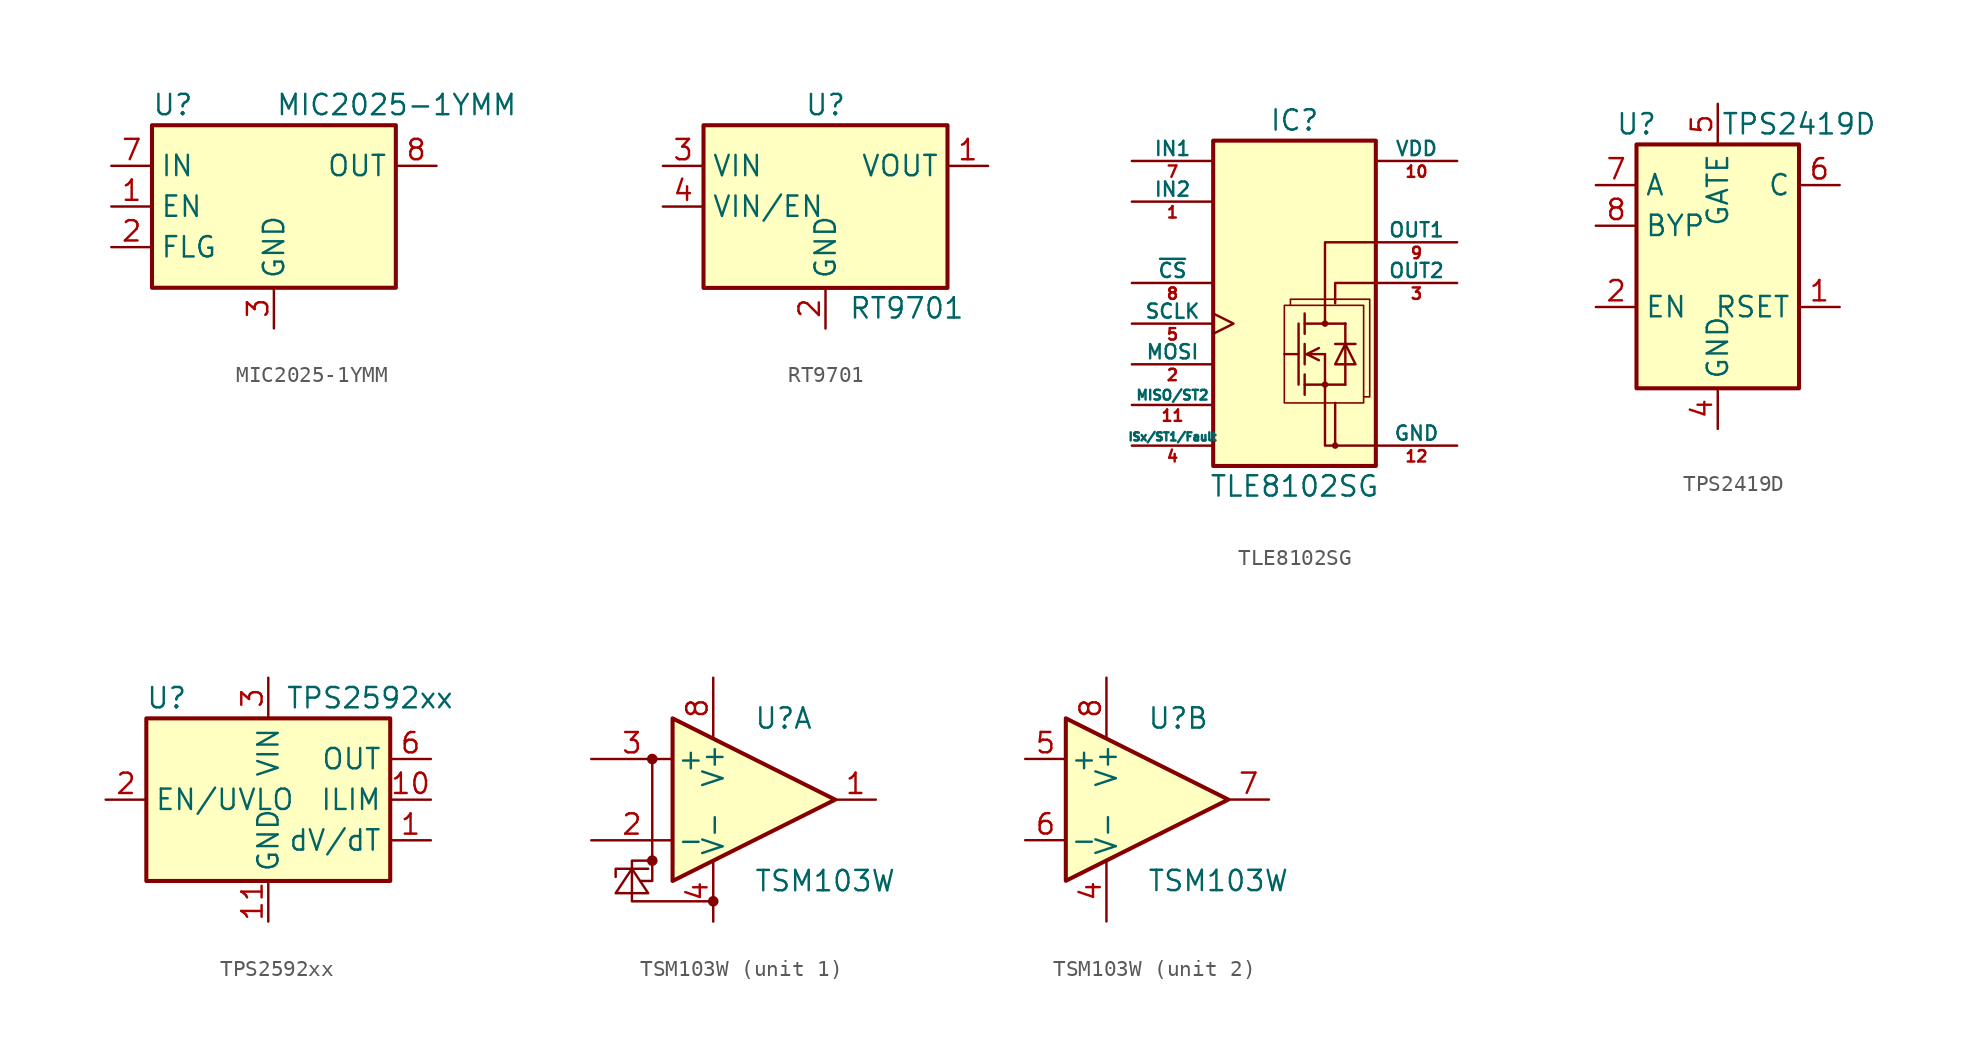
<source format=kicad_sym>
(kicad_symbol_lib
  (version 20231120)
  (generator "kicad_symbol_editor")
  (generator_version "8.0")
  (symbol "MIC2025-1YMM"
    (property "Reference" "U"
      (at -7.62 6.35 0)
      (effects (font (size 1.27 1.27)) (justify left)))
    (property "Value" "MIC2025-1YMM"
      (at 15.24 6.35 0)
      (effects (font (size 1.27 1.27)) (justify right)))
    (symbol "MIC2025-1YMM_0_1"
      (rectangle (start -7.62 5.08) (end 7.62 -5.08) (stroke (width 0.254) (type default)) (fill (type background))))
    (symbol "MIC2025-1YMM_1_1"
      (pin input line (at -10.16 0 0) (length 2.54) (name "EN" (effects (font (size 1.27 1.27)))) (number "1" (effects (font (size 1.27 1.27)))))
      (pin open_collector line (at -10.16 -2.54 0) (length 2.54) (name "FLG" (effects (font (size 1.27 1.27)))) (number "2" (effects (font (size 1.27 1.27)))))
      (pin power_in line (at 0 -7.62 90) (length 2.54) (name "GND" (effects (font (size 1.27 1.27)))) (number "3" (effects (font (size 1.27 1.27)))))
      (pin no_connect line (at 7.62 0 180) (length 2.54) hide (name "NC" (effects (font (size 1.27 1.27)))) (number "4" (effects (font (size 1.27 1.27)))))
      (pin no_connect line (at 7.62 -2.54 180) (length 2.54) hide (name "NC" (effects (font (size 1.27 1.27)))) (number "5" (effects (font (size 1.27 1.27)))))
      (pin passive line (at 10.16 2.54 180) (length 2.54) hide (name "OUT" (effects (font (size 1.27 1.27)))) (number "6" (effects (font (size 1.27 1.27)))))
      (pin power_in line (at -10.16 2.54 0) (length 2.54) (name "IN" (effects (font (size 1.27 1.27)))) (number "7" (effects (font (size 1.27 1.27)))))
      (pin power_out line (at 10.16 2.54 180) (length 2.54) (name "OUT" (effects (font (size 1.27 1.27)))) (number "8" (effects (font (size 1.27 1.27)))))))
  (symbol "RT9701"
    (property "Reference" "U"
      (at 0 6.35 0)
      (effects (font (size 1.27 1.27))))
    (property "Value" "RT9701"
      (at 5.08 -6.35 0)
      (effects (font (size 1.27 1.27))))
    (symbol "RT9701_0_1"
      (rectangle (start -7.62 5.08) (end 7.62 -5.08) (stroke (width 0.254) (type default)) (fill (type background))))
    (symbol "RT9701_1_1"
      (pin power_out line (at 10.16 2.54 180) (length 2.54) (name "VOUT" (effects (font (size 1.27 1.27)))) (number "1" (effects (font (size 1.27 1.27)))))
      (pin power_in line (at 0 -7.62 90) (length 2.54) (name "GND" (effects (font (size 1.27 1.27)))) (number "2" (effects (font (size 1.27 1.27)))))
      (pin power_in line (at -10.16 2.54 0) (length 2.54) (name "VIN" (effects (font (size 1.27 1.27)))) (number "3" (effects (font (size 1.27 1.27)))))
      (pin input line (at -10.16 0 0) (length 2.54) (name "VIN/EN" (effects (font (size 1.27 1.27)))) (number "4" (effects (font (size 1.27 1.27)))))
      (pin passive line (at 10.16 2.54 180) (length 2.54) hide (name "VOUT" (effects (font (size 1.27 1.27)))) (number "5" (effects (font (size 1.27 1.27)))))))
  (symbol "TLE8102SG"
    (pin_names
      (offset 0))
    (property "Reference" "IC"
      (at 0 12.7 0)
      (effects (font (size 1.27 1.27))))
    (property "Value" "TLE8102SG"
      (at 0 -10.16 0)
      (effects (font (size 1.27 1.27))))
    (symbol "TLE8102SG_0_1"
      (rectangle (start -5.08 11.43) (end 5.08 -8.89) (stroke (width 0.254) (type default)) (fill (type background)))
      (rectangle (start -0.635 1.143) (end 4.318 -4.953) (stroke (width 0.102) (type default)) (fill (type background)))
      (polyline (pts (xy -0.635 -1.905) (xy 0.254 -1.905)) (stroke (width 0.152) (type default)) (fill (type none)))
      (polyline (pts (xy 0.254 0) (xy 0.254 -3.81)) (stroke (width 0.152) (type default)) (fill (type none)))
      (polyline (pts (xy 0.635 -3.81) (xy 3.175 -3.81)) (stroke (width 0.152) (type default)) (fill (type none)))
      (polyline (pts (xy 0.635 -3.175) (xy 0.635 -4.445)) (stroke (width 0.152) (type default)) (fill (type none)))
      (polyline (pts (xy 0.635 -1.27) (xy 0.635 -2.54)) (stroke (width 0.152) (type default)) (fill (type none)))
      (polyline (pts (xy 0.635 0.635) (xy 0.635 -0.635)) (stroke (width 0.152) (type default)) (fill (type none)))
      (polyline (pts (xy 0.762 -1.905) (xy 1.524 -2.286)) (stroke (width 0.152) (type default)) (fill (type none)))
      (polyline (pts (xy 0.762 -1.905) (xy 1.524 -1.524)) (stroke (width 0.152) (type default)) (fill (type none)))
      (polyline (pts (xy 0.762 -1.905) (xy 1.905 -1.905)) (stroke (width 0) (type default)) (fill (type none)))
      (polyline (pts (xy 2.54 -4.953) (xy 2.54 -7.62)) (stroke (width 0.152) (type default)) (fill (type none)))
      (polyline (pts (xy 2.54 -1.27) (xy 3.81 -1.27)) (stroke (width 0.152) (type default)) (fill (type none)))
      (polyline (pts (xy 3.175 0) (xy 0.635 0)) (stroke (width 0.152) (type default)) (fill (type none)))
      (polyline (pts (xy 3.175 0) (xy 3.175 -3.81)) (stroke (width 0.152) (type default)) (fill (type none)))
      (polyline (pts (xy 3.175 0) (xy 3.175 0)) (stroke (width 0) (type default)) (fill (type none)))
      (polyline (pts (xy 5.08 -7.62) (xy 2.54 -7.62)) (stroke (width 0.152) (type default)) (fill (type none)))
      (polyline (pts (xy 1.905 -1.905) (xy 1.905 -2.54) (xy 1.905 -3.81)) (stroke (width 0.152) (type default)) (fill (type none)))
      (polyline (pts (xy 1.905 0) (xy 1.905 5.08) (xy 5.08 5.08)) (stroke (width 0.152) (type default)) (fill (type none)))
      (polyline (pts (xy 2.54 -7.62) (xy 1.905 -7.62) (xy 1.905 -3.81)) (stroke (width 0.152) (type default)) (fill (type none)))
      (polyline (pts (xy 5.08 2.54) (xy 2.54 2.54) (xy 2.54 1.27)) (stroke (width 0.152) (type default)) (fill (type none)))
      (polyline (pts (xy 3.175 -1.27) (xy 2.54 -2.54) (xy 3.81 -2.54) (xy 3.175 -1.27)) (stroke (width 0.152) (type default)) (fill (type none)))
      (polyline (pts (xy -0.254 1.143) (xy -0.254 1.524) (xy 4.699 1.524) (xy 4.699 -4.572) (xy 4.318 -4.572)) (stroke (width 0.102) (type default)) (fill (type background)))
      (circle (center 1.905 -3.81) (radius 0.127) (stroke (width 0.152) (type default)) (fill (type none)))
      (circle (center 1.905 0) (radius 0.127) (stroke (width 0.152) (type default)) (fill (type none)))
      (circle (center 2.54 -7.62) (radius 0.127) (stroke (width 0.152) (type default)) (fill (type none))))
    (symbol "TLE8102SG_1_1"
      (pin input line (at -10.16 7.62 0) (length 5.08) (name "IN2" (effects (font (size 0.889 0.889)))) (number "1" (effects (font (size 0.711 0.711)))))
      (pin power_in line (at 10.16 10.16 180) (length 5.08) (name "VDD" (effects (font (size 0.889 0.889)))) (number "10" (effects (font (size 0.711 0.711)))))
      (pin passive line (at -10.16 -5.08 0) (length 5.08) (name "MISO/ST2" (effects (font (size 0.61 0.61)))) (number "11" (effects (font (size 0.711 0.711)))))
      (pin power_in line (at 10.16 -7.62 180) (length 5.08) (name "GND" (effects (font (size 0.889 0.889)))) (number "12" (effects (font (size 0.711 0.711)))))
      (pin passive line (at 10.16 -7.62 180) (length 5.08) hide (name "GND" (effects (font (size 0.889 0.889)))) (number "13" (effects (font (size 0.711 0.711)))))
      (pin input line (at -10.16 -2.54 0) (length 5.08) (name "MOSI" (effects (font (size 0.889 0.889)))) (number "2" (effects (font (size 0.711 0.711)))))
      (pin open_collector line (at 10.16 2.54 180) (length 5.08) (name "OUT2" (effects (font (size 0.889 0.889)))) (number "3" (effects (font (size 0.711 0.711)))))
      (pin passive line (at -10.16 -7.62 0) (length 5.08) (name "ISx/ST1/Fault" (effects (font (size 0.508 0.508)))) (number "4" (effects (font (size 0.711 0.711)))))
      (pin input clock (at -10.16 0 0) (length 5.08) (name "SCLK" (effects (font (size 0.889 0.889)))) (number "5" (effects (font (size 0.711 0.711)))))
      (pin passive line (at 10.16 -7.62 180) (length 5.08) hide (name "GND" (effects (font (size 0.889 0.889)))) (number "6" (effects (font (size 0.711 0.711)))))
      (pin input line (at -10.16 10.16 0) (length 5.08) (name "IN1" (effects (font (size 0.889 0.889)))) (number "7" (effects (font (size 0.711 0.711)))))
      (pin input line (at -10.16 2.54 0) (length 5.08) (name "~{CS}" (effects (font (size 0.889 0.889)))) (number "8" (effects (font (size 0.711 0.711)))))
      (pin open_collector line (at 10.16 5.08 180) (length 5.08) (name "OUT1" (effects (font (size 0.889 0.889)))) (number "9" (effects (font (size 0.711 0.711)))))))
  (symbol "TPS2419D"
    (property "Reference" "U"
      (at -5.08 8.89 0)
      (effects (font (size 1.27 1.27))))
    (property "Value" "TPS2419D"
      (at 5.08 8.89 0)
      (effects (font (size 1.27 1.27))))
    (symbol "TPS2419D_0_1"
      (rectangle (start -5.08 7.62) (end 5.08 -7.62) (stroke (width 0.254) (type default)) (fill (type background))))
    (symbol "TPS2419D_1_1"
      (pin passive line (at 7.62 -2.54 180) (length 2.54) (name "RSET" (effects (font (size 1.27 1.27)))) (number "1" (effects (font (size 1.27 1.27)))))
      (pin input line (at -7.62 -2.54 0) (length 2.54) (name "EN" (effects (font (size 1.27 1.27)))) (number "2" (effects (font (size 1.27 1.27)))))
      (pin passive line (at 0 -10.16 90) (length 2.54) hide (name "GND" (effects (font (size 1.27 1.27)))) (number "3" (effects (font (size 1.27 1.27)))))
      (pin power_in line (at 0 -10.16 90) (length 2.54) (name "GND" (effects (font (size 1.27 1.27)))) (number "4" (effects (font (size 1.27 1.27)))))
      (pin output line (at 0 10.16 270) (length 2.54) (name "GATE" (effects (font (size 1.27 1.27)))) (number "5" (effects (font (size 1.27 1.27)))))
      (pin input line (at 7.62 5.08 180) (length 2.54) (name "C" (effects (font (size 1.27 1.27)))) (number "6" (effects (font (size 1.27 1.27)))))
      (pin input line (at -7.62 5.08 0) (length 2.54) (name "A" (effects (font (size 1.27 1.27)))) (number "7" (effects (font (size 1.27 1.27)))))
      (pin passive line (at -7.62 2.54 0) (length 2.54) (name "BYP" (effects (font (size 1.27 1.27)))) (number "8" (effects (font (size 1.27 1.27)))))))
  (symbol "TPS2592xx"
    (property "Reference" "U"
      (at -6.35 6.35 0)
      (effects (font (size 1.27 1.27))))
    (property "Value" "TPS2592xx"
      (at 6.35 6.35 0)
      (effects (font (size 1.27 1.27))))
    (symbol "TPS2592xx_0_1"
      (rectangle (start -7.62 5.08) (end 7.62 -5.08) (stroke (width 0.254) (type default)) (fill (type background))))
    (symbol "TPS2592xx_1_1"
      (pin output line (at 10.16 -2.54 180) (length 2.54) (name "dV/dT" (effects (font (size 1.27 1.27)))) (number "1" (effects (font (size 1.27 1.27)))))
      (pin output line (at 10.16 0 180) (length 2.54) (name "ILIM" (effects (font (size 1.27 1.27)))) (number "10" (effects (font (size 1.27 1.27)))))
      (pin power_in line (at 0 -7.62 90) (length 2.54) (name "GND" (effects (font (size 1.27 1.27)))) (number "11" (effects (font (size 1.27 1.27)))))
      (pin input line (at -10.16 0 0) (length 2.54) (name "EN/UVLO" (effects (font (size 1.27 1.27)))) (number "2" (effects (font (size 1.27 1.27)))))
      (pin power_in line (at 0 7.62 270) (length 2.54) (name "VIN" (effects (font (size 1.27 1.27)))) (number "3" (effects (font (size 1.27 1.27)))))
      (pin passive line (at 0 7.62 270) (length 2.54) hide (name "VIN" (effects (font (size 1.27 1.27)))) (number "4" (effects (font (size 1.27 1.27)))))
      (pin passive line (at 0 7.62 270) (length 2.54) hide (name "VIN" (effects (font (size 1.27 1.27)))) (number "5" (effects (font (size 1.27 1.27)))))
      (pin power_out line (at 10.16 2.54 180) (length 2.54) (name "OUT" (effects (font (size 1.27 1.27)))) (number "6" (effects (font (size 1.27 1.27)))))
      (pin passive line (at 10.16 2.54 180) (length 2.54) hide (name "OUT" (effects (font (size 1.27 1.27)))) (number "7" (effects (font (size 1.27 1.27)))))
      (pin passive line (at 10.16 2.54 180) (length 2.54) hide (name "OUT" (effects (font (size 1.27 1.27)))) (number "8" (effects (font (size 1.27 1.27)))))
      (pin no_connect line (at -7.62 -2.54 0) (length 2.54) hide (name "NC" (effects (font (size 1.27 1.27)))) (number "9" (effects (font (size 1.27 1.27)))))))
  (symbol "TSM103W"
    (pin_names
      (offset 0.254))
    (property "Reference" "U"
      (at 0 5.08 0)
      (effects (font (size 1.27 1.27)) (justify left)))
    (property "Value" "TSM103W"
      (at 0 -5.08 0)
      (effects (font (size 1.27 1.27)) (justify left)))
    (symbol "TSM103W_0_1"
      (polyline (pts (xy -5.08 5.08) (xy 5.08 0) (xy -5.08 -5.08) (xy -5.08 5.08)) (stroke (width 0.254) (type default)) (fill (type background)))
      (pin power_in line (at -2.54 -7.62 90) (length 3.81) (name "V-" (effects (font (size 1.27 1.27)))) (number "4" (effects (font (size 1.27 1.27)))))
      (pin power_in line (at -2.54 7.62 270) (length 3.81) (name "V+" (effects (font (size 1.27 1.27)))) (number "8" (effects (font (size 1.27 1.27))))))
    (symbol "TSM103W_1_1"
      (circle (center -6.35 -3.81) (radius 0.254) (stroke (width 0) (type default)) (fill (type outline)))
      (circle (center -6.35 2.54) (radius 0.254) (stroke (width 0) (type default)) (fill (type outline)))
      (circle (center -2.54 -6.35) (radius 0.254) (stroke (width 0) (type default)) (fill (type outline)))
      (polyline (pts (xy -8.636 -4.826) (xy -8.636 -4.318) (xy -6.604 -4.318)) (stroke (width 0) (type default)) (fill (type none)))
      (polyline (pts (xy -7.112 -5.08) (xy -6.35 -5.08) (xy -6.35 2.54)) (stroke (width 0) (type default)) (fill (type none)))
      (polyline (pts (xy -8.636 -5.842) (xy -7.62 -4.318) (xy -6.604 -5.842) (xy -8.636 -5.842)) (stroke (width 0) (type default)) (fill (type none)))
      (polyline (pts (xy -6.35 -3.81) (xy -7.62 -3.81) (xy -7.62 -6.35) (xy -2.54 -6.35)) (stroke (width 0) (type default)) (fill (type none)))
      (pin output line (at 7.62 0 180) (length 2.54) (name "~" (effects (font (size 1.27 1.27)))) (number "1" (effects (font (size 1.27 1.27)))))
      (pin input line (at -10.16 -2.54 0) (length 5.08) (name "-" (effects (font (size 1.27 1.27)))) (number "2" (effects (font (size 1.27 1.27)))))
      (pin input line (at -10.16 2.54 0) (length 5.08) (name "+" (effects (font (size 1.27 1.27)))) (number "3" (effects (font (size 1.27 1.27))))))
    (symbol "TSM103W_2_1"
      (pin input line (at -7.62 2.54 0) (length 2.54) (name "+" (effects (font (size 1.27 1.27)))) (number "5" (effects (font (size 1.27 1.27)))))
      (pin input line (at -7.62 -2.54 0) (length 2.54) (name "-" (effects (font (size 1.27 1.27)))) (number "6" (effects (font (size 1.27 1.27)))))
      (pin output line (at 7.62 0 180) (length 2.54) (name "~" (effects (font (size 1.27 1.27)))) (number "7" (effects (font (size 1.27 1.27))))))))
</source>
